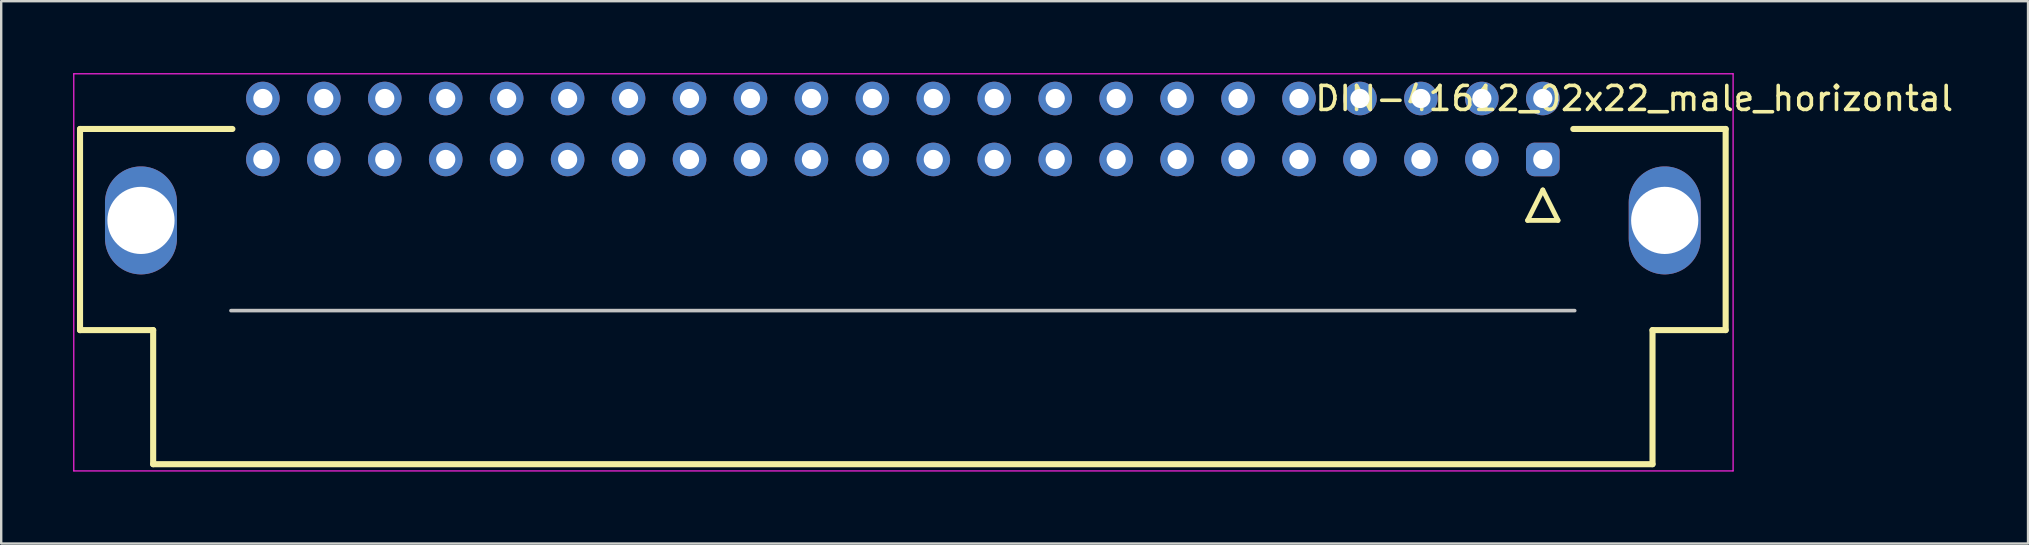
<source format=kicad_pcb>
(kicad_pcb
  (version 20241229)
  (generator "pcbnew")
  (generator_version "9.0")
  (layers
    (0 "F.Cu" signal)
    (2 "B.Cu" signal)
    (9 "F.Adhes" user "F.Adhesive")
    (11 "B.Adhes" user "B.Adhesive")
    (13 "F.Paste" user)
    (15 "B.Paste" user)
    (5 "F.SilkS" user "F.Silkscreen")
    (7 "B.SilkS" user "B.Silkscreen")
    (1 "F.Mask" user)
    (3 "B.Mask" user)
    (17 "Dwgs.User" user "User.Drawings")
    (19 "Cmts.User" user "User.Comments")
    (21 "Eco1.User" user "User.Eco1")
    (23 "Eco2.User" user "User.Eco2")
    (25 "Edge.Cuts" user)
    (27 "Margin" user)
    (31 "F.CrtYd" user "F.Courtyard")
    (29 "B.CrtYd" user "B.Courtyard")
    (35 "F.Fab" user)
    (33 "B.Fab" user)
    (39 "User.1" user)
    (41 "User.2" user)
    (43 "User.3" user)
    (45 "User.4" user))
  (footprint "DIN-41612_02x22_male_horizontal"
    (layer "F.Cu")
    (at 34.575 2.325)
    (property "Reference" "DIN-41612_02x22_male_horizontal" (at 30.48 -1.27 0) (layer "F.SilkS") (effects (font (size 1 1) (thickness 0.15))))
    (attr through_hole)
    (fp_line (start -34.29 0) (end -34.29 8.382) (stroke (width 0.254) (type solid)) (layer "F.SilkS"))
    (fp_line (start -31.242 8.382) (end -34.29 8.382) (stroke (width 0.254) (type solid)) (layer "F.SilkS"))
    (fp_line (start -31.242 13.97) (end -31.242 8.382) (stroke (width 0.254) (type solid)) (layer "F.SilkS"))
    (fp_line (start -27.94 0) (end -34.29 0) (stroke (width 0.254) (type solid)) (layer "F.SilkS"))
    (fp_line (start 26.035 3.81) (end 27.305 3.81) (stroke (width 0.2) (type solid)) (layer "F.SilkS"))
    (fp_line (start 26.67 2.54) (end 26.035 3.81) (stroke (width 0.2) (type solid)) (layer "F.SilkS"))
    (fp_line (start 27.305 3.81) (end 26.67 2.54) (stroke (width 0.2) (type solid)) (layer "F.SilkS"))
    (fp_line (start 27.94 0) (end 34.29 0) (stroke (width 0.254) (type solid)) (layer "F.SilkS"))
    (fp_line (start 31.242 13.97) (end -31.242 13.97) (stroke (width 0.254) (type solid)) (layer "F.SilkS"))
    (fp_line (start 31.242 13.97) (end 31.242 8.382) (stroke (width 0.254) (type solid)) (layer "F.SilkS"))
    (fp_line (start 34.29 0) (end 34.29 8.382) (stroke (width 0.254) (type solid)) (layer "F.SilkS"))
    (fp_line (start 34.29 8.382) (end 31.242 8.382) (stroke (width 0.254) (type solid)) (layer "F.SilkS"))
    (fp_line (start -28 7.57) (end 28 7.57) (stroke (width 0.15) (type solid)) (layer "Dwgs.User"))
    (fp_line (start -34.55 -2.3) (end -34.55 14.25) (stroke (width 0.05) (type solid)) (layer "F.CrtYd"))
    (fp_line (start -34.55 14.25) (end 34.6 14.25) (stroke (width 0.05) (type solid)) (layer "F.CrtYd"))
    (fp_line (start 34.6 -2.3) (end -34.55 -2.3) (stroke (width 0.05) (type solid)) (layer "F.CrtYd"))
    (fp_line (start 34.6 14.25) (end 34.6 -2.3) (stroke (width 0.05) (type solid)) (layer "F.CrtYd"))
    (pad "M1" thru_hole oval (at 31.75 3.81) (size 3 4.5) (drill 2.8) (layers "*.Cu" "*.Mask"))
    (pad "M2" thru_hole oval (at -31.75 3.81) (size 3 4.5) (drill 2.8) (layers "*.Cu" "*.Mask"))
    (pad "a1" thru_hole roundrect (at 26.67 1.27) (size 1.4 1.4) (drill 0.8) (layers "*.Cu" "*.Mask") (roundrect_rratio 0.25))
    (pad "a2" thru_hole circle (at 24.13 1.27) (size 1.4 1.4) (drill 0.8) (layers "*.Cu" "*.Mask"))
    (pad "a3" thru_hole circle (at 21.59 1.27) (size 1.4 1.4) (drill 0.8) (layers "*.Cu" "*.Mask"))
    (pad "a4" thru_hole circle (at 19.05 1.27) (size 1.4 1.4) (drill 0.8) (layers "*.Cu" "*.Mask"))
    (pad "a5" thru_hole circle (at 16.51 1.27) (size 1.4 1.4) (drill 0.8) (layers "*.Cu" "*.Mask"))
    (pad "a6" thru_hole circle (at 13.97 1.27) (size 1.4 1.4) (drill 0.8) (layers "*.Cu" "*.Mask"))
    (pad "a7" thru_hole circle (at 11.43 1.27) (size 1.4 1.4) (drill 0.8) (layers "*.Cu" "*.Mask"))
    (pad "a8" thru_hole circle (at 8.89 1.27) (size 1.4 1.4) (drill 0.8) (layers "*.Cu" "*.Mask"))
    (pad "a9" thru_hole circle (at 6.35 1.27) (size 1.4 1.4) (drill 0.8) (layers "*.Cu" "*.Mask"))
    (pad "a10" thru_hole circle (at 3.81 1.27) (size 1.4 1.4) (drill 0.8) (layers "*.Cu" "*.Mask"))
    (pad "a11" thru_hole circle (at 1.27 1.27) (size 1.4 1.4) (drill 0.8) (layers "*.Cu" "*.Mask"))
    (pad "a12" thru_hole circle (at -1.27 1.27) (size 1.4 1.4) (drill 0.8) (layers "*.Cu" "*.Mask"))
    (pad "a13" thru_hole circle (at -3.81 1.27) (size 1.4 1.4) (drill 0.8) (layers "*.Cu" "*.Mask"))
    (pad "a14" thru_hole circle (at -6.35 1.27) (size 1.4 1.4) (drill 0.8) (layers "*.Cu" "*.Mask"))
    (pad "a15" thru_hole circle (at -8.89 1.27) (size 1.4 1.4) (drill 0.8) (layers "*.Cu" "*.Mask"))
    (pad "a16" thru_hole circle (at -11.43 1.27) (size 1.4 1.4) (drill 0.8) (layers "*.Cu" "*.Mask"))
    (pad "a17" thru_hole circle (at -13.97 1.27) (size 1.4 1.4) (drill 0.8) (layers "*.Cu" "*.Mask"))
    (pad "a18" thru_hole circle (at -16.51 1.27) (size 1.4 1.4) (drill 0.8) (layers "*.Cu" "*.Mask"))
    (pad "a19" thru_hole circle (at -19.05 1.27) (size 1.4 1.4) (drill 0.8) (layers "*.Cu" "*.Mask"))
    (pad "a20" thru_hole circle (at -21.59 1.27) (size 1.4 1.4) (drill 0.8) (layers "*.Cu" "*.Mask"))
    (pad "a21" thru_hole circle (at -24.13 1.27) (size 1.4 1.4) (drill 0.8) (layers "*.Cu" "*.Mask"))
    (pad "a22" thru_hole circle (at -26.67 1.27) (size 1.4 1.4) (drill 0.8) (layers "*.Cu" "*.Mask"))
    (pad "b1" thru_hole circle (at 26.67 -1.27) (size 1.4 1.4) (drill 0.8) (layers "*.Cu" "*.Mask"))
    (pad "b2" thru_hole circle (at 24.13 -1.27) (size 1.4 1.4) (drill 0.8) (layers "*.Cu" "*.Mask"))
    (pad "b3" thru_hole circle (at 21.59 -1.27) (size 1.4 1.4) (drill 0.8) (layers "*.Cu" "*.Mask"))
    (pad "b4" thru_hole circle (at 19.05 -1.27) (size 1.4 1.4) (drill 0.8) (layers "*.Cu" "*.Mask"))
    (pad "b5" thru_hole circle (at 16.51 -1.27) (size 1.4 1.4) (drill 0.8) (layers "*.Cu" "*.Mask"))
    (pad "b6" thru_hole circle (at 13.97 -1.27) (size 1.4 1.4) (drill 0.8) (layers "*.Cu" "*.Mask"))
    (pad "b7" thru_hole circle (at 11.43 -1.27) (size 1.4 1.4) (drill 0.8) (layers "*.Cu" "*.Mask"))
    (pad "b8" thru_hole circle (at 8.89 -1.27) (size 1.4 1.4) (drill 0.8) (layers "*.Cu" "*.Mask"))
    (pad "b9" thru_hole circle (at 6.35 -1.27) (size 1.4 1.4) (drill 0.8) (layers "*.Cu" "*.Mask"))
    (pad "b10" thru_hole circle (at 3.81 -1.27) (size 1.4 1.4) (drill 0.8) (layers "*.Cu" "*.Mask"))
    (pad "b11" thru_hole circle (at 1.27 -1.27) (size 1.4 1.4) (drill 0.8) (layers "*.Cu" "*.Mask"))
    (pad "b12" thru_hole circle (at -1.27 -1.27) (size 1.4 1.4) (drill 0.8) (layers "*.Cu" "*.Mask"))
    (pad "b13" thru_hole circle (at -3.81 -1.27) (size 1.4 1.4) (drill 0.8) (layers "*.Cu" "*.Mask"))
    (pad "b14" thru_hole circle (at -6.35 -1.27) (size 1.4 1.4) (drill 0.8) (layers "*.Cu" "*.Mask"))
    (pad "b15" thru_hole circle (at -8.89 -1.27) (size 1.4 1.4) (drill 0.8) (layers "*.Cu" "*.Mask"))
    (pad "b16" thru_hole circle (at -11.43 -1.27) (size 1.4 1.4) (drill 0.8) (layers "*.Cu" "*.Mask"))
    (pad "b17" thru_hole circle (at -13.97 -1.27) (size 1.4 1.4) (drill 0.8) (layers "*.Cu" "*.Mask"))
    (pad "b18" thru_hole circle (at -16.51 -1.27) (size 1.4 1.4) (drill 0.8) (layers "*.Cu" "*.Mask"))
    (pad "b19" thru_hole circle (at -19.05 -1.27) (size 1.4 1.4) (drill 0.8) (layers "*.Cu" "*.Mask"))
    (pad "b20" thru_hole circle (at -21.59 -1.27) (size 1.4 1.4) (drill 0.8) (layers "*.Cu" "*.Mask"))
    (pad "b21" thru_hole circle (at -24.13 -1.27) (size 1.4 1.4) (drill 0.8) (layers "*.Cu" "*.Mask"))
    (pad "b22" thru_hole circle (at -26.67 -1.27) (size 1.4 1.4) (drill 0.8) (layers "*.Cu" "*.Mask")))
  (gr_rect
    (start -3 -3)
    (end 81.466 19.6)
    (stroke (width 0.1) (type default))
    (fill no)
    (layer "Edge.Cuts")))
</source>
